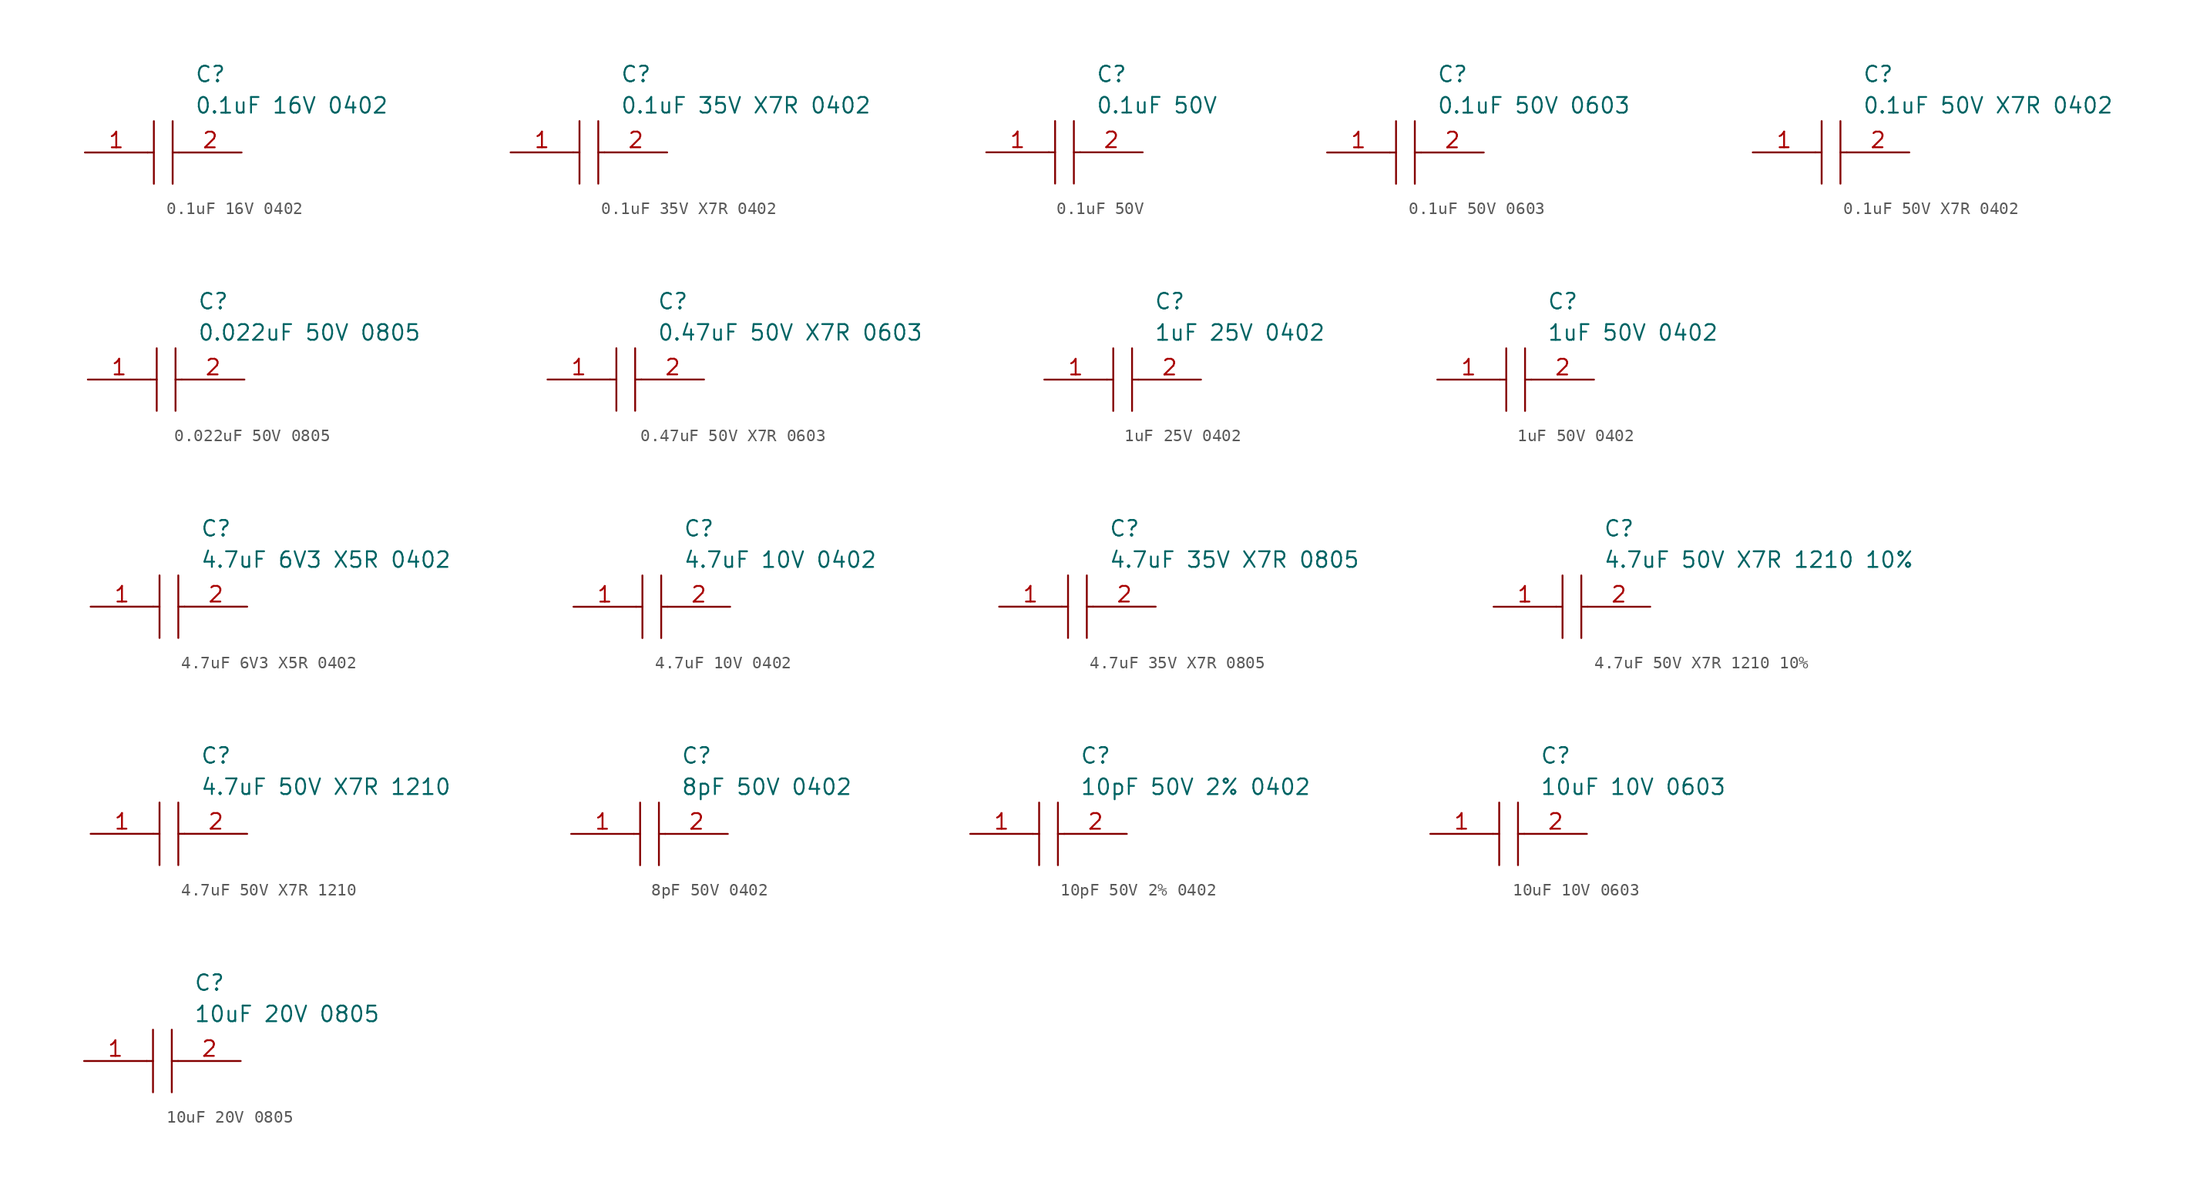
<source format=kicad_sym>
(kicad_symbol_lib
  (version 20211014)
  (generator kicad_symbol_editor)
  (symbol "0.1uF 16V 0402"
    (pin_names
      (offset 0.762))
    (property "Reference" "C"
      (at 8.89 6.35 0)
      (effects (font (size 1.27 1.27)) (justify left)))
    (property "Value" "0.1uF 16V 0402"
      (at 8.89 3.81 0)
      (effects (font (size 1.27 1.27)) (justify left)))
    (symbol "0.1uF 16V 0402_0_0"
      (pin passive line (at 0 0 0) (length 5.08) (name "~" (effects (font (size 1.27 1.27)))) (number "1" (effects (font (size 1.27 1.27)))))
      (pin passive line (at 12.7 0 180) (length 5.08) (name "~" (effects (font (size 1.27 1.27)))) (number "2" (effects (font (size 1.27 1.27))))))
    (symbol "0.1uF 16V 0402_0_1"
      (polyline (pts (xy 5.08 0) (xy 5.588 0)) (stroke (width 0.152) (type default) (color 0 0 0 0)) (fill (type none)))
      (polyline (pts (xy 5.588 2.54) (xy 5.588 -2.54)) (stroke (width 0.152) (type default) (color 0 0 0 0)) (fill (type none)))
      (polyline (pts (xy 7.112 0) (xy 7.62 0)) (stroke (width 0.152) (type default) (color 0 0 0 0)) (fill (type none)))
      (polyline (pts (xy 7.112 2.54) (xy 7.112 -2.54)) (stroke (width 0.152) (type default) (color 0 0 0 0)) (fill (type none)))))
  (symbol "0.1uF 35V X7R 0402"
    (pin_names
      (offset 0.762))
    (property "Reference" "C"
      (at 8.89 6.35 0)
      (effects (font (size 1.27 1.27)) (justify left)))
    (property "Value" "0.1uF 35V X7R 0402"
      (at 8.89 3.81 0)
      (effects (font (size 1.27 1.27)) (justify left)))
    (symbol "0.1uF 35V X7R 0402_0_0"
      (pin passive line (at 0 0 0) (length 5.08) (name "~" (effects (font (size 1.27 1.27)))) (number "1" (effects (font (size 1.27 1.27)))))
      (pin passive line (at 12.7 0 180) (length 5.08) (name "~" (effects (font (size 1.27 1.27)))) (number "2" (effects (font (size 1.27 1.27))))))
    (symbol "0.1uF 35V X7R 0402_0_1"
      (polyline (pts (xy 5.08 0) (xy 5.588 0)) (stroke (width 0.152) (type default) (color 0 0 0 0)) (fill (type none)))
      (polyline (pts (xy 5.588 2.54) (xy 5.588 -2.54)) (stroke (width 0.152) (type default) (color 0 0 0 0)) (fill (type none)))
      (polyline (pts (xy 7.112 0) (xy 7.62 0)) (stroke (width 0.152) (type default) (color 0 0 0 0)) (fill (type none)))
      (polyline (pts (xy 7.112 2.54) (xy 7.112 -2.54)) (stroke (width 0.152) (type default) (color 0 0 0 0)) (fill (type none)))))
  (symbol "0.1uF 50V"
    (pin_names
      (offset 0.762))
    (property "Reference" "C"
      (at 8.89 6.35 0)
      (effects (font (size 1.27 1.27)) (justify left)))
    (property "Value" "0.1uF 50V"
      (at 8.89 3.81 0)
      (effects (font (size 1.27 1.27)) (justify left)))
    (symbol "0.1uF 50V_0_0"
      (pin passive line (at 0 0 0) (length 5.08) (name "~" (effects (font (size 1.27 1.27)))) (number "1" (effects (font (size 1.27 1.27)))))
      (pin passive line (at 12.7 0 180) (length 5.08) (name "~" (effects (font (size 1.27 1.27)))) (number "2" (effects (font (size 1.27 1.27))))))
    (symbol "0.1uF 50V_0_1"
      (polyline (pts (xy 5.08 0) (xy 5.588 0)) (stroke (width 0.152) (type default) (color 0 0 0 0)) (fill (type none)))
      (polyline (pts (xy 5.588 2.54) (xy 5.588 -2.54)) (stroke (width 0.152) (type default) (color 0 0 0 0)) (fill (type none)))
      (polyline (pts (xy 7.112 0) (xy 7.62 0)) (stroke (width 0.152) (type default) (color 0 0 0 0)) (fill (type none)))
      (polyline (pts (xy 7.112 2.54) (xy 7.112 -2.54)) (stroke (width 0.152) (type default) (color 0 0 0 0)) (fill (type none)))))
  (symbol "0.1uF 50V 0603"
    (pin_names
      (offset 0.762))
    (property "Reference" "C"
      (at 8.89 6.35 0)
      (effects (font (size 1.27 1.27)) (justify left)))
    (property "Value" "0.1uF 50V 0603"
      (at 8.89 3.81 0)
      (effects (font (size 1.27 1.27)) (justify left)))
    (symbol "0.1uF 50V 0603_0_0"
      (pin passive line (at 0 0 0) (length 5.08) (name "~" (effects (font (size 1.27 1.27)))) (number "1" (effects (font (size 1.27 1.27)))))
      (pin passive line (at 12.7 0 180) (length 5.08) (name "~" (effects (font (size 1.27 1.27)))) (number "2" (effects (font (size 1.27 1.27))))))
    (symbol "0.1uF 50V 0603_0_1"
      (polyline (pts (xy 5.08 0) (xy 5.588 0)) (stroke (width 0.152) (type default) (color 0 0 0 0)) (fill (type none)))
      (polyline (pts (xy 5.588 2.54) (xy 5.588 -2.54)) (stroke (width 0.152) (type default) (color 0 0 0 0)) (fill (type none)))
      (polyline (pts (xy 7.112 0) (xy 7.62 0)) (stroke (width 0.152) (type default) (color 0 0 0 0)) (fill (type none)))
      (polyline (pts (xy 7.112 2.54) (xy 7.112 -2.54)) (stroke (width 0.152) (type default) (color 0 0 0 0)) (fill (type none)))))
  (symbol "0.1uF 50V X7R 0402"
    (pin_names
      (offset 0.762))
    (property "Reference" "C"
      (at 8.89 6.35 0)
      (effects (font (size 1.27 1.27)) (justify left)))
    (property "Value" "0.1uF 50V X7R 0402"
      (at 8.89 3.81 0)
      (effects (font (size 1.27 1.27)) (justify left)))
    (symbol "0.1uF 50V X7R 0402_0_0"
      (pin passive line (at 0 0 0) (length 5.08) (name "~" (effects (font (size 1.27 1.27)))) (number "1" (effects (font (size 1.27 1.27)))))
      (pin passive line (at 12.7 0 180) (length 5.08) (name "~" (effects (font (size 1.27 1.27)))) (number "2" (effects (font (size 1.27 1.27))))))
    (symbol "0.1uF 50V X7R 0402_0_1"
      (polyline (pts (xy 5.08 0) (xy 5.588 0)) (stroke (width 0.152) (type default) (color 0 0 0 0)) (fill (type none)))
      (polyline (pts (xy 5.588 2.54) (xy 5.588 -2.54)) (stroke (width 0.152) (type default) (color 0 0 0 0)) (fill (type none)))
      (polyline (pts (xy 7.112 0) (xy 7.62 0)) (stroke (width 0.152) (type default) (color 0 0 0 0)) (fill (type none)))
      (polyline (pts (xy 7.112 2.54) (xy 7.112 -2.54)) (stroke (width 0.152) (type default) (color 0 0 0 0)) (fill (type none)))))
  (symbol "0.022uF 50V 0805"
    (pin_names
      (offset 0.762))
    (property "Reference" "C"
      (at 8.89 6.35 0)
      (effects (font (size 1.27 1.27)) (justify left)))
    (property "Value" "0.022uF 50V 0805"
      (at 8.89 3.81 0)
      (effects (font (size 1.27 1.27)) (justify left)))
    (symbol "0.022uF 50V 0805_0_0"
      (pin passive line (at 0 0 0) (length 5.08) (name "~" (effects (font (size 1.27 1.27)))) (number "1" (effects (font (size 1.27 1.27)))))
      (pin passive line (at 12.7 0 180) (length 5.08) (name "~" (effects (font (size 1.27 1.27)))) (number "2" (effects (font (size 1.27 1.27))))))
    (symbol "0.022uF 50V 0805_0_1"
      (polyline (pts (xy 5.08 0) (xy 5.588 0)) (stroke (width 0.152) (type default) (color 0 0 0 0)) (fill (type none)))
      (polyline (pts (xy 5.588 2.54) (xy 5.588 -2.54)) (stroke (width 0.152) (type default) (color 0 0 0 0)) (fill (type none)))
      (polyline (pts (xy 7.112 0) (xy 7.62 0)) (stroke (width 0.152) (type default) (color 0 0 0 0)) (fill (type none)))
      (polyline (pts (xy 7.112 2.54) (xy 7.112 -2.54)) (stroke (width 0.152) (type default) (color 0 0 0 0)) (fill (type none)))))
  (symbol "0.47uF 50V X7R 0603"
    (pin_names
      (offset 0.762))
    (property "Reference" "C"
      (at 8.89 6.35 0)
      (effects (font (size 1.27 1.27)) (justify left)))
    (property "Value" "0.47uF 50V X7R 0603"
      (at 8.89 3.81 0)
      (effects (font (size 1.27 1.27)) (justify left)))
    (symbol "0.47uF 50V X7R 0603_0_0"
      (pin passive line (at 0 0 0) (length 5.08) (name "~" (effects (font (size 1.27 1.27)))) (number "1" (effects (font (size 1.27 1.27)))))
      (pin passive line (at 12.7 0 180) (length 5.08) (name "~" (effects (font (size 1.27 1.27)))) (number "2" (effects (font (size 1.27 1.27))))))
    (symbol "0.47uF 50V X7R 0603_0_1"
      (polyline (pts (xy 5.08 0) (xy 5.588 0)) (stroke (width 0.152) (type default) (color 0 0 0 0)) (fill (type none)))
      (polyline (pts (xy 5.588 2.54) (xy 5.588 -2.54)) (stroke (width 0.152) (type default) (color 0 0 0 0)) (fill (type none)))
      (polyline (pts (xy 7.112 0) (xy 7.62 0)) (stroke (width 0.152) (type default) (color 0 0 0 0)) (fill (type none)))
      (polyline (pts (xy 7.112 2.54) (xy 7.112 -2.54)) (stroke (width 0.152) (type default) (color 0 0 0 0)) (fill (type none)))))
  (symbol "1uF 25V 0402"
    (pin_names
      (offset 0.762))
    (property "Reference" "C"
      (at 8.89 6.35 0)
      (effects (font (size 1.27 1.27)) (justify left)))
    (property "Value" "1uF 25V 0402"
      (at 8.89 3.81 0)
      (effects (font (size 1.27 1.27)) (justify left)))
    (symbol "1uF 25V 0402_0_0"
      (pin passive line (at 0 0 0) (length 5.08) (name "~" (effects (font (size 1.27 1.27)))) (number "1" (effects (font (size 1.27 1.27)))))
      (pin passive line (at 12.7 0 180) (length 5.08) (name "~" (effects (font (size 1.27 1.27)))) (number "2" (effects (font (size 1.27 1.27))))))
    (symbol "1uF 25V 0402_0_1"
      (polyline (pts (xy 5.08 0) (xy 5.588 0)) (stroke (width 0.152) (type default) (color 0 0 0 0)) (fill (type none)))
      (polyline (pts (xy 5.588 2.54) (xy 5.588 -2.54)) (stroke (width 0.152) (type default) (color 0 0 0 0)) (fill (type none)))
      (polyline (pts (xy 7.112 0) (xy 7.62 0)) (stroke (width 0.152) (type default) (color 0 0 0 0)) (fill (type none)))
      (polyline (pts (xy 7.112 2.54) (xy 7.112 -2.54)) (stroke (width 0.152) (type default) (color 0 0 0 0)) (fill (type none)))))
  (symbol "1uF 50V 0402"
    (pin_names
      (offset 0.762))
    (property "Reference" "C"
      (at 8.89 6.35 0)
      (effects (font (size 1.27 1.27)) (justify left)))
    (property "Value" "1uF 50V 0402"
      (at 8.89 3.81 0)
      (effects (font (size 1.27 1.27)) (justify left)))
    (symbol "1uF 50V 0402_0_0"
      (pin passive line (at 0 0 0) (length 5.08) (name "~" (effects (font (size 1.27 1.27)))) (number "1" (effects (font (size 1.27 1.27)))))
      (pin passive line (at 12.7 0 180) (length 5.08) (name "~" (effects (font (size 1.27 1.27)))) (number "2" (effects (font (size 1.27 1.27))))))
    (symbol "1uF 50V 0402_0_1"
      (polyline (pts (xy 5.08 0) (xy 5.588 0)) (stroke (width 0.152) (type default) (color 0 0 0 0)) (fill (type none)))
      (polyline (pts (xy 5.588 2.54) (xy 5.588 -2.54)) (stroke (width 0.152) (type default) (color 0 0 0 0)) (fill (type none)))
      (polyline (pts (xy 7.112 0) (xy 7.62 0)) (stroke (width 0.152) (type default) (color 0 0 0 0)) (fill (type none)))
      (polyline (pts (xy 7.112 2.54) (xy 7.112 -2.54)) (stroke (width 0.152) (type default) (color 0 0 0 0)) (fill (type none)))))
  (symbol "4.7uF 6V3 X5R 0402"
    (pin_names
      (offset 0.762))
    (property "Reference" "C"
      (at 8.89 6.35 0)
      (effects (font (size 1.27 1.27)) (justify left)))
    (property "Value" "4.7uF 6V3 X5R 0402"
      (at 8.89 3.81 0)
      (effects (font (size 1.27 1.27)) (justify left)))
    (symbol "4.7uF 6V3 X5R 0402_0_0"
      (pin passive line (at 0 0 0) (length 5.08) (name "~" (effects (font (size 1.27 1.27)))) (number "1" (effects (font (size 1.27 1.27)))))
      (pin passive line (at 12.7 0 180) (length 5.08) (name "~" (effects (font (size 1.27 1.27)))) (number "2" (effects (font (size 1.27 1.27))))))
    (symbol "4.7uF 6V3 X5R 0402_0_1"
      (polyline (pts (xy 5.08 0) (xy 5.588 0)) (stroke (width 0.152) (type default) (color 0 0 0 0)) (fill (type none)))
      (polyline (pts (xy 5.588 2.54) (xy 5.588 -2.54)) (stroke (width 0.152) (type default) (color 0 0 0 0)) (fill (type none)))
      (polyline (pts (xy 7.112 0) (xy 7.62 0)) (stroke (width 0.152) (type default) (color 0 0 0 0)) (fill (type none)))
      (polyline (pts (xy 7.112 2.54) (xy 7.112 -2.54)) (stroke (width 0.152) (type default) (color 0 0 0 0)) (fill (type none)))))
  (symbol "4.7uF 10V 0402"
    (pin_names
      (offset 0.762))
    (property "Reference" "C"
      (at 8.89 6.35 0)
      (effects (font (size 1.27 1.27)) (justify left)))
    (property "Value" "4.7uF 10V 0402"
      (at 8.89 3.81 0)
      (effects (font (size 1.27 1.27)) (justify left)))
    (symbol "4.7uF 10V 0402_0_0"
      (pin passive line (at 0 0 0) (length 5.08) (name "~" (effects (font (size 1.27 1.27)))) (number "1" (effects (font (size 1.27 1.27)))))
      (pin passive line (at 12.7 0 180) (length 5.08) (name "~" (effects (font (size 1.27 1.27)))) (number "2" (effects (font (size 1.27 1.27))))))
    (symbol "4.7uF 10V 0402_0_1"
      (polyline (pts (xy 5.08 0) (xy 5.588 0)) (stroke (width 0.152) (type default) (color 0 0 0 0)) (fill (type none)))
      (polyline (pts (xy 5.588 2.54) (xy 5.588 -2.54)) (stroke (width 0.152) (type default) (color 0 0 0 0)) (fill (type none)))
      (polyline (pts (xy 7.112 0) (xy 7.62 0)) (stroke (width 0.152) (type default) (color 0 0 0 0)) (fill (type none)))
      (polyline (pts (xy 7.112 2.54) (xy 7.112 -2.54)) (stroke (width 0.152) (type default) (color 0 0 0 0)) (fill (type none)))))
  (symbol "4.7uF 35V X7R 0805"
    (pin_names
      (offset 0.762))
    (property "Reference" "C"
      (at 8.89 6.35 0)
      (effects (font (size 1.27 1.27)) (justify left)))
    (property "Value" "4.7uF 35V X7R 0805"
      (at 8.89 3.81 0)
      (effects (font (size 1.27 1.27)) (justify left)))
    (symbol "4.7uF 35V X7R 0805_0_0"
      (pin passive line (at 0 0 0) (length 5.08) (name "~" (effects (font (size 1.27 1.27)))) (number "1" (effects (font (size 1.27 1.27)))))
      (pin passive line (at 12.7 0 180) (length 5.08) (name "~" (effects (font (size 1.27 1.27)))) (number "2" (effects (font (size 1.27 1.27))))))
    (symbol "4.7uF 35V X7R 0805_0_1"
      (polyline (pts (xy 5.08 0) (xy 5.588 0)) (stroke (width 0.152) (type default) (color 0 0 0 0)) (fill (type none)))
      (polyline (pts (xy 5.588 2.54) (xy 5.588 -2.54)) (stroke (width 0.152) (type default) (color 0 0 0 0)) (fill (type none)))
      (polyline (pts (xy 7.112 0) (xy 7.62 0)) (stroke (width 0.152) (type default) (color 0 0 0 0)) (fill (type none)))
      (polyline (pts (xy 7.112 2.54) (xy 7.112 -2.54)) (stroke (width 0.152) (type default) (color 0 0 0 0)) (fill (type none)))))
  (symbol "4.7uF 50V X7R 1210 10%"
    (pin_names
      (offset 0.762))
    (property "Reference" "C"
      (at 8.89 6.35 0)
      (effects (font (size 1.27 1.27)) (justify left)))
    (property "Value" "4.7uF 50V X7R 1210 10%"
      (at 8.89 3.81 0)
      (effects (font (size 1.27 1.27)) (justify left)))
    (symbol "4.7uF 50V X7R 1210 10%_0_0"
      (pin passive line (at 0 0 0) (length 5.08) (name "~" (effects (font (size 1.27 1.27)))) (number "1" (effects (font (size 1.27 1.27)))))
      (pin passive line (at 12.7 0 180) (length 5.08) (name "~" (effects (font (size 1.27 1.27)))) (number "2" (effects (font (size 1.27 1.27))))))
    (symbol "4.7uF 50V X7R 1210 10%_0_1"
      (polyline (pts (xy 5.08 0) (xy 5.588 0)) (stroke (width 0.152) (type default) (color 0 0 0 0)) (fill (type none)))
      (polyline (pts (xy 5.588 2.54) (xy 5.588 -2.54)) (stroke (width 0.152) (type default) (color 0 0 0 0)) (fill (type none)))
      (polyline (pts (xy 7.112 0) (xy 7.62 0)) (stroke (width 0.152) (type default) (color 0 0 0 0)) (fill (type none)))
      (polyline (pts (xy 7.112 2.54) (xy 7.112 -2.54)) (stroke (width 0.152) (type default) (color 0 0 0 0)) (fill (type none)))))
  (symbol "4.7uF 50V X7R 1210"
    (pin_names
      (offset 0.762))
    (property "Reference" "C"
      (at 8.89 6.35 0)
      (effects (font (size 1.27 1.27)) (justify left)))
    (property "Value" "4.7uF 50V X7R 1210"
      (at 8.89 3.81 0)
      (effects (font (size 1.27 1.27)) (justify left)))
    (symbol "4.7uF 50V X7R 1210_0_0"
      (pin passive line (at 0 0 0) (length 5.08) (name "~" (effects (font (size 1.27 1.27)))) (number "1" (effects (font (size 1.27 1.27)))))
      (pin passive line (at 12.7 0 180) (length 5.08) (name "~" (effects (font (size 1.27 1.27)))) (number "2" (effects (font (size 1.27 1.27))))))
    (symbol "4.7uF 50V X7R 1210_0_1"
      (polyline (pts (xy 5.08 0) (xy 5.588 0)) (stroke (width 0.152) (type default) (color 0 0 0 0)) (fill (type none)))
      (polyline (pts (xy 5.588 2.54) (xy 5.588 -2.54)) (stroke (width 0.152) (type default) (color 0 0 0 0)) (fill (type none)))
      (polyline (pts (xy 7.112 0) (xy 7.62 0)) (stroke (width 0.152) (type default) (color 0 0 0 0)) (fill (type none)))
      (polyline (pts (xy 7.112 2.54) (xy 7.112 -2.54)) (stroke (width 0.152) (type default) (color 0 0 0 0)) (fill (type none)))))
  (symbol "8pF 50V 0402"
    (pin_names
      (offset 0.762))
    (property "Reference" "C"
      (at 8.89 6.35 0)
      (effects (font (size 1.27 1.27)) (justify left)))
    (property "Value" "8pF 50V 0402"
      (at 8.89 3.81 0)
      (effects (font (size 1.27 1.27)) (justify left)))
    (symbol "8pF 50V 0402_0_0"
      (pin passive line (at 0 0 0) (length 5.08) (name "~" (effects (font (size 1.27 1.27)))) (number "1" (effects (font (size 1.27 1.27)))))
      (pin passive line (at 12.7 0 180) (length 5.08) (name "~" (effects (font (size 1.27 1.27)))) (number "2" (effects (font (size 1.27 1.27))))))
    (symbol "8pF 50V 0402_0_1"
      (polyline (pts (xy 5.08 0) (xy 5.588 0)) (stroke (width 0.152) (type default) (color 0 0 0 0)) (fill (type none)))
      (polyline (pts (xy 5.588 2.54) (xy 5.588 -2.54)) (stroke (width 0.152) (type default) (color 0 0 0 0)) (fill (type none)))
      (polyline (pts (xy 7.112 0) (xy 7.62 0)) (stroke (width 0.152) (type default) (color 0 0 0 0)) (fill (type none)))
      (polyline (pts (xy 7.112 2.54) (xy 7.112 -2.54)) (stroke (width 0.152) (type default) (color 0 0 0 0)) (fill (type none)))))
  (symbol "10pF 50V 2% 0402"
    (pin_names
      (offset 0.762))
    (property "Reference" "C"
      (at 8.89 6.35 0)
      (effects (font (size 1.27 1.27)) (justify left)))
    (property "Value" "10pF 50V 2% 0402"
      (at 8.89 3.81 0)
      (effects (font (size 1.27 1.27)) (justify left)))
    (symbol "10pF 50V 2% 0402_0_0"
      (pin passive line (at 0 0 0) (length 5.08) (name "~" (effects (font (size 1.27 1.27)))) (number "1" (effects (font (size 1.27 1.27)))))
      (pin passive line (at 12.7 0 180) (length 5.08) (name "~" (effects (font (size 1.27 1.27)))) (number "2" (effects (font (size 1.27 1.27))))))
    (symbol "10pF 50V 2% 0402_0_1"
      (polyline (pts (xy 5.08 0) (xy 5.588 0)) (stroke (width 0.152) (type default) (color 0 0 0 0)) (fill (type none)))
      (polyline (pts (xy 5.588 2.54) (xy 5.588 -2.54)) (stroke (width 0.152) (type default) (color 0 0 0 0)) (fill (type none)))
      (polyline (pts (xy 7.112 0) (xy 7.62 0)) (stroke (width 0.152) (type default) (color 0 0 0 0)) (fill (type none)))
      (polyline (pts (xy 7.112 2.54) (xy 7.112 -2.54)) (stroke (width 0.152) (type default) (color 0 0 0 0)) (fill (type none)))))
  (symbol "10uF 10V 0603"
    (pin_names
      (offset 0.762))
    (property "Reference" "C"
      (at 8.89 6.35 0)
      (effects (font (size 1.27 1.27)) (justify left)))
    (property "Value" "10uF 10V 0603"
      (at 8.89 3.81 0)
      (effects (font (size 1.27 1.27)) (justify left)))
    (symbol "10uF 10V 0603_0_0"
      (pin passive line (at 0 0 0) (length 5.08) (name "~" (effects (font (size 1.27 1.27)))) (number "1" (effects (font (size 1.27 1.27)))))
      (pin passive line (at 12.7 0 180) (length 5.08) (name "~" (effects (font (size 1.27 1.27)))) (number "2" (effects (font (size 1.27 1.27))))))
    (symbol "10uF 10V 0603_0_1"
      (polyline (pts (xy 5.08 0) (xy 5.588 0)) (stroke (width 0.152) (type default) (color 0 0 0 0)) (fill (type none)))
      (polyline (pts (xy 5.588 2.54) (xy 5.588 -2.54)) (stroke (width 0.152) (type default) (color 0 0 0 0)) (fill (type none)))
      (polyline (pts (xy 7.112 0) (xy 7.62 0)) (stroke (width 0.152) (type default) (color 0 0 0 0)) (fill (type none)))
      (polyline (pts (xy 7.112 2.54) (xy 7.112 -2.54)) (stroke (width 0.152) (type default) (color 0 0 0 0)) (fill (type none)))))
  (symbol "10uF 20V 0805"
    (pin_names
      (offset 0.762))
    (property "Reference" "C"
      (at 8.89 6.35 0)
      (effects (font (size 1.27 1.27)) (justify left)))
    (property "Value" "10uF 20V 0805"
      (at 8.89 3.81 0)
      (effects (font (size 1.27 1.27)) (justify left)))
    (symbol "10uF 20V 0805_0_0"
      (pin passive line (at 0 0 0) (length 5.08) (name "~" (effects (font (size 1.27 1.27)))) (number "1" (effects (font (size 1.27 1.27)))))
      (pin passive line (at 12.7 0 180) (length 5.08) (name "~" (effects (font (size 1.27 1.27)))) (number "2" (effects (font (size 1.27 1.27))))))
    (symbol "10uF 20V 0805_0_1"
      (polyline (pts (xy 5.08 0) (xy 5.588 0)) (stroke (width 0.152) (type default) (color 0 0 0 0)) (fill (type none)))
      (polyline (pts (xy 5.588 2.54) (xy 5.588 -2.54)) (stroke (width 0.152) (type default) (color 0 0 0 0)) (fill (type none)))
      (polyline (pts (xy 7.112 0) (xy 7.62 0)) (stroke (width 0.152) (type default) (color 0 0 0 0)) (fill (type none)))
      (polyline (pts (xy 7.112 2.54) (xy 7.112 -2.54)) (stroke (width 0.152) (type default) (color 0 0 0 0)) (fill (type none))))))
</source>
